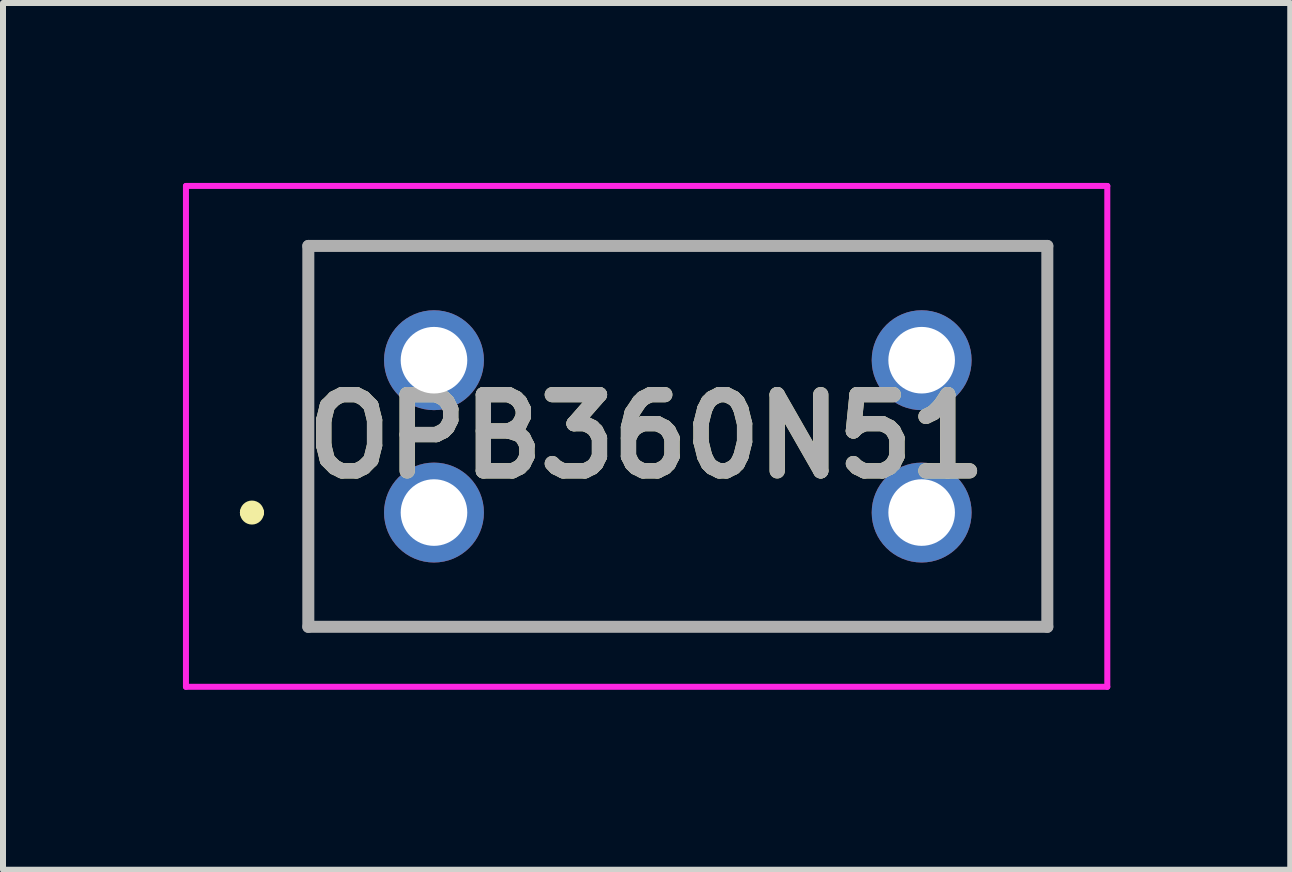
<source format=kicad_pcb>
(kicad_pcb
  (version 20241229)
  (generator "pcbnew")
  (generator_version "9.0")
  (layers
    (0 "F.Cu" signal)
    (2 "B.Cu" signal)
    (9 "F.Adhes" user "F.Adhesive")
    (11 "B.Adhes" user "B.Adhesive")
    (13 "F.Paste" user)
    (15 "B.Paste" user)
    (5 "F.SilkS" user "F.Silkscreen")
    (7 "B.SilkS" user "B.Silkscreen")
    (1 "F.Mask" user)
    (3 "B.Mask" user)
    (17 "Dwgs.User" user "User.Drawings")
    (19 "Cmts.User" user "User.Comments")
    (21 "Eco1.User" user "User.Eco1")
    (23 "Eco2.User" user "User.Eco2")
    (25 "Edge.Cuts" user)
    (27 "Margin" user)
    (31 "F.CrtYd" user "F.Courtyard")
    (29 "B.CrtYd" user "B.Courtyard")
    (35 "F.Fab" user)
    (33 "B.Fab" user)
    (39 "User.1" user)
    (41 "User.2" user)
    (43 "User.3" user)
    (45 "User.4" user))
  (footprint "OPB360N51"
    (layer "F.Cu")
    (at 4.185 5.495)
    (property "Reference" "OPB360N51" (at 3.545 -1.27 0) (layer "F.SilkS") (effects (font (size 1.27 1.27) (thickness 0.254))))
    (attr through_hole)
    (fp_line (start -3.135 0) (end -3.135 0) (stroke (width 0.2) (type solid)) (layer "F.SilkS"))
    (fp_line (start -2.935 0) (end -2.935 0) (stroke (width 0.2) (type solid)) (layer "F.SilkS"))
    (fp_line (start -2.095 -4.445) (end 10.225 -4.445) (stroke (width 0.1) (type solid)) (layer "F.SilkS"))
    (fp_line (start -2.095 1.905) (end -2.095 -4.445) (stroke (width 0.1) (type solid)) (layer "F.SilkS"))
    (fp_line (start 10.225 -4.445) (end 10.225 1.905) (stroke (width 0.1) (type solid)) (layer "F.SilkS"))
    (fp_line (start 10.225 1.905) (end -2.095 1.905) (stroke (width 0.1) (type solid)) (layer "F.SilkS"))
    (fp_arc (start -3.135 0) (mid -3.035 -0.1) (end -2.935 0) (stroke (width 0.2) (type solid)) (layer "F.SilkS"))
    (fp_arc (start -2.935 0) (mid -3.035 0.1) (end -3.135 0) (stroke (width 0.2) (type solid)) (layer "F.SilkS"))
    (fp_line (start -4.135 -5.445) (end 11.225 -5.445) (stroke (width 0.1) (type solid)) (layer "F.CrtYd"))
    (fp_line (start -4.135 2.905) (end -4.135 -5.445) (stroke (width 0.1) (type solid)) (layer "F.CrtYd"))
    (fp_line (start 11.225 -5.445) (end 11.225 2.905) (stroke (width 0.1) (type solid)) (layer "F.CrtYd"))
    (fp_line (start 11.225 2.905) (end -4.135 2.905) (stroke (width 0.1) (type solid)) (layer "F.CrtYd"))
    (fp_line (start -2.095 -4.445) (end 10.225 -4.445) (stroke (width 0.2) (type solid)) (layer "F.Fab"))
    (fp_line (start -2.095 1.905) (end -2.095 -4.445) (stroke (width 0.2) (type solid)) (layer "F.Fab"))
    (fp_line (start 10.225 -4.445) (end 10.225 1.905) (stroke (width 0.2) (type solid)) (layer "F.Fab"))
    (fp_line (start 10.225 1.905) (end -2.095 1.905) (stroke (width 0.2) (type solid)) (layer "F.Fab"))
    (fp_text user "${REFERENCE}" (at 3.545 -1.27 0) (layer "F.Fab") (effects (font (size 1.27 1.27) (thickness 0.254))))
    (pad "1" thru_hole circle (at 0 -2.54) (size 1.665 1.665) (drill 1.11) (layers "*.Cu" "*.Mask"))
    (pad "2" thru_hole circle (at 0 0) (size 1.665 1.665) (drill 1.11) (layers "*.Cu" "*.Mask"))
    (pad "3" thru_hole circle (at 8.13 -2.54) (size 1.665 1.665) (drill 1.11) (layers "*.Cu" "*.Mask"))
    (pad "4" thru_hole circle (at 8.13 0) (size 1.665 1.665) (drill 1.11) (layers "*.Cu" "*.Mask")))
  (gr_rect
    (start -3 -3)
    (end 18.46 11.45)
    (stroke (width 0.1) (type default))
    (fill no)
    (layer "Edge.Cuts")))
</source>
